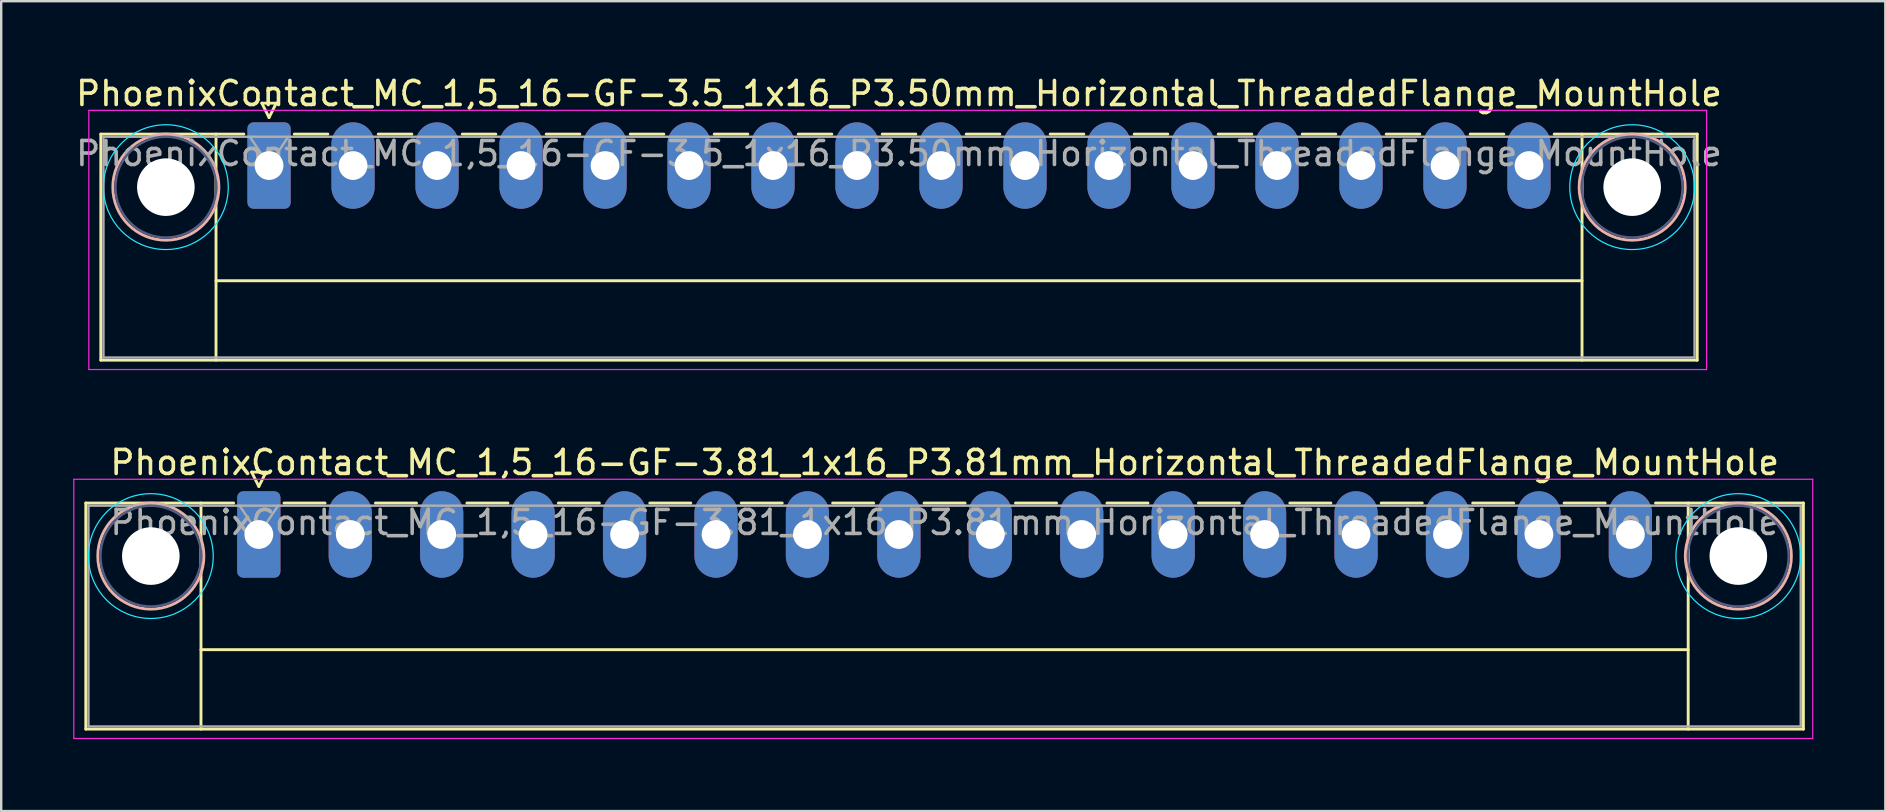
<source format=kicad_pcb>
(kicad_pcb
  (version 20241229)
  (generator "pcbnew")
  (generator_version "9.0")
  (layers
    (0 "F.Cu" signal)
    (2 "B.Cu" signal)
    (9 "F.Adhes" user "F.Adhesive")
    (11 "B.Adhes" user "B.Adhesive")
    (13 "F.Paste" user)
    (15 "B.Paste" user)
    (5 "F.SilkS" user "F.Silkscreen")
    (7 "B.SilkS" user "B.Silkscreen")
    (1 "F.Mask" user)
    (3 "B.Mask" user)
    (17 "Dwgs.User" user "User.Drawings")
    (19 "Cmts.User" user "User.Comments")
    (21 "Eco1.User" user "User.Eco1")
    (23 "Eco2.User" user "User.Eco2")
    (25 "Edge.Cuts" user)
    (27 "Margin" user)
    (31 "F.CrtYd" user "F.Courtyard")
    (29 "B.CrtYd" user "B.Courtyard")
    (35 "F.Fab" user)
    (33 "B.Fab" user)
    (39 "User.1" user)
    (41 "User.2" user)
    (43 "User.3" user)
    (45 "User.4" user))
  (footprint "PhoenixContact_MC_1,5_16-GF-3.5_1x16_P3.50mm_Horizontal_ThreadedFlange_MountHole"
    (layer "F.Cu")
    (at 8.161 3.848)
    (property "Reference" "PhoenixContact_MC_1,5_16-GF-3.5_1x16_P3.50mm_Horizontal_ThreadedFlange_MountHole" (at 26.25 -3 0) (layer "F.SilkS") (effects (font (size 1 1) (thickness 0.15))))
    (attr through_hole)
    (fp_line (start -7.01 -1.31) (end -7.01 8.11) (stroke (width 0.12) (type solid)) (layer "F.SilkS"))
    (fp_line (start -7.01 -1.31) (end -1.05 -1.31) (stroke (width 0.12) (type solid)) (layer "F.SilkS"))
    (fp_line (start -7.01 8.11) (end 59.51 8.11) (stroke (width 0.12) (type solid)) (layer "F.SilkS"))
    (fp_line (start -2.21 -1.31) (end -2.21 8.11) (stroke (width 0.12) (type solid)) (layer "F.SilkS"))
    (fp_line (start -2.21 4.8) (end 54.71 4.8) (stroke (width 0.12) (type solid)) (layer "F.SilkS"))
    (fp_line (start -0.3 -2.6) (end 0.3 -2.6) (stroke (width 0.12) (type solid)) (layer "F.SilkS"))
    (fp_line (start 0 -2) (end -0.3 -2.6) (stroke (width 0.12) (type solid)) (layer "F.SilkS"))
    (fp_line (start 0.3 -2.6) (end 0 -2) (stroke (width 0.12) (type solid)) (layer "F.SilkS"))
    (fp_line (start 1.05 -1.31) (end 2.45 -1.31) (stroke (width 0.12) (type solid)) (layer "F.SilkS"))
    (fp_line (start 4.55 -1.31) (end 5.95 -1.31) (stroke (width 0.12) (type solid)) (layer "F.SilkS"))
    (fp_line (start 8.05 -1.31) (end 9.45 -1.31) (stroke (width 0.12) (type solid)) (layer "F.SilkS"))
    (fp_line (start 11.55 -1.31) (end 12.95 -1.31) (stroke (width 0.12) (type solid)) (layer "F.SilkS"))
    (fp_line (start 15.05 -1.31) (end 16.45 -1.31) (stroke (width 0.12) (type solid)) (layer "F.SilkS"))
    (fp_line (start 18.55 -1.31) (end 19.95 -1.31) (stroke (width 0.12) (type solid)) (layer "F.SilkS"))
    (fp_line (start 22.05 -1.31) (end 23.45 -1.31) (stroke (width 0.12) (type solid)) (layer "F.SilkS"))
    (fp_line (start 25.55 -1.31) (end 26.95 -1.31) (stroke (width 0.12) (type solid)) (layer "F.SilkS"))
    (fp_line (start 29.05 -1.31) (end 30.45 -1.31) (stroke (width 0.12) (type solid)) (layer "F.SilkS"))
    (fp_line (start 32.55 -1.31) (end 33.95 -1.31) (stroke (width 0.12) (type solid)) (layer "F.SilkS"))
    (fp_line (start 36.05 -1.31) (end 37.45 -1.31) (stroke (width 0.12) (type solid)) (layer "F.SilkS"))
    (fp_line (start 39.55 -1.31) (end 40.95 -1.31) (stroke (width 0.12) (type solid)) (layer "F.SilkS"))
    (fp_line (start 43.05 -1.31) (end 44.45 -1.31) (stroke (width 0.12) (type solid)) (layer "F.SilkS"))
    (fp_line (start 46.55 -1.31) (end 47.95 -1.31) (stroke (width 0.12) (type solid)) (layer "F.SilkS"))
    (fp_line (start 50.05 -1.31) (end 51.45 -1.31) (stroke (width 0.12) (type solid)) (layer "F.SilkS"))
    (fp_line (start 54.71 -1.31) (end 54.71 8.11) (stroke (width 0.12) (type solid)) (layer "F.SilkS"))
    (fp_line (start 59.51 -1.31) (end 53.55 -1.31) (stroke (width 0.12) (type solid)) (layer "F.SilkS"))
    (fp_line (start 59.51 8.11) (end 59.51 -1.31) (stroke (width 0.12) (type solid)) (layer "F.SilkS"))
    (fp_circle (center -4.3 0.9) (end -2.09 0.9) (stroke (width 0.12) (type solid)) (fill no) (layer "B.SilkS"))
    (fp_circle (center 56.8 0.9) (end 59.01 0.9) (stroke (width 0.12) (type solid)) (fill no) (layer "B.SilkS"))
    (fp_circle (center -4.3 0.9) (end -1.7 0.9) (stroke (width 0.05) (type solid)) (fill no) (layer "B.CrtYd"))
    (fp_circle (center 56.8 0.9) (end 59.4 0.9) (stroke (width 0.05) (type solid)) (fill no) (layer "B.CrtYd"))
    (fp_line (start -7.51 -2.3) (end -7.51 8.5) (stroke (width 0.05) (type solid)) (layer "F.CrtYd"))
    (fp_line (start -7.51 8.5) (end 59.9 8.5) (stroke (width 0.05) (type solid)) (layer "F.CrtYd"))
    (fp_line (start 59.9 -2.3) (end -7.51 -2.3) (stroke (width 0.05) (type solid)) (layer "F.CrtYd"))
    (fp_line (start 59.9 8.5) (end 59.9 -2.3) (stroke (width 0.05) (type solid)) (layer "F.CrtYd"))
    (fp_circle (center -4.3 0.9) (end -2.2 0.9) (stroke (width 0.1) (type solid)) (fill no) (layer "B.Fab"))
    (fp_circle (center 56.8 0.9) (end 58.9 0.9) (stroke (width 0.1) (type solid)) (fill no) (layer "B.Fab"))
    (fp_line (start -6.9 -1.2) (end -6.9 8) (stroke (width 0.1) (type solid)) (layer "F.Fab"))
    (fp_line (start -6.9 8) (end 59.4 8) (stroke (width 0.1) (type solid)) (layer "F.Fab"))
    (fp_line (start 0 0) (end -0.8 -1.2) (stroke (width 0.1) (type solid)) (layer "F.Fab"))
    (fp_line (start 0.8 -1.2) (end 0 0) (stroke (width 0.1) (type solid)) (layer "F.Fab"))
    (fp_line (start 59.4 -1.2) (end -6.9 -1.2) (stroke (width 0.1) (type solid)) (layer "F.Fab"))
    (fp_line (start 59.4 8) (end 59.4 -1.2) (stroke (width 0.1) (type solid)) (layer "F.Fab"))
    (fp_text user "${REFERENCE}" (at 26.25 -0.5 0) (layer "F.Fab") (effects (font (size 1 1) (thickness 0.15))))
    (pad "" np_thru_hole circle (at -4.3 0.9) (size 2.4 2.4) (drill 2.4) (layers "*.Cu" "*.Mask"))
    (pad "" np_thru_hole circle (at 56.8 0.9) (size 2.4 2.4) (drill 2.4) (layers "*.Cu" "*.Mask"))
    (pad "1" thru_hole roundrect (at 0 0) (size 1.8 3.6) (drill 1.2) (layers "*.Cu" "*.Mask") (roundrect_rratio 0.139))
    (pad "2" thru_hole oval (at 3.5 0) (size 1.8 3.6) (drill 1.2) (layers "*.Cu" "*.Mask"))
    (pad "3" thru_hole oval (at 7 0) (size 1.8 3.6) (drill 1.2) (layers "*.Cu" "*.Mask"))
    (pad "4" thru_hole oval (at 10.5 0) (size 1.8 3.6) (drill 1.2) (layers "*.Cu" "*.Mask"))
    (pad "5" thru_hole oval (at 14 0) (size 1.8 3.6) (drill 1.2) (layers "*.Cu" "*.Mask"))
    (pad "6" thru_hole oval (at 17.5 0) (size 1.8 3.6) (drill 1.2) (layers "*.Cu" "*.Mask"))
    (pad "7" thru_hole oval (at 21 0) (size 1.8 3.6) (drill 1.2) (layers "*.Cu" "*.Mask"))
    (pad "8" thru_hole oval (at 24.5 0) (size 1.8 3.6) (drill 1.2) (layers "*.Cu" "*.Mask"))
    (pad "9" thru_hole oval (at 28 0) (size 1.8 3.6) (drill 1.2) (layers "*.Cu" "*.Mask"))
    (pad "10" thru_hole oval (at 31.5 0) (size 1.8 3.6) (drill 1.2) (layers "*.Cu" "*.Mask"))
    (pad "11" thru_hole oval (at 35 0) (size 1.8 3.6) (drill 1.2) (layers "*.Cu" "*.Mask"))
    (pad "12" thru_hole oval (at 38.5 0) (size 1.8 3.6) (drill 1.2) (layers "*.Cu" "*.Mask"))
    (pad "13" thru_hole oval (at 42 0) (size 1.8 3.6) (drill 1.2) (layers "*.Cu" "*.Mask"))
    (pad "14" thru_hole oval (at 45.5 0) (size 1.8 3.6) (drill 1.2) (layers "*.Cu" "*.Mask"))
    (pad "15" thru_hole oval (at 49 0) (size 1.8 3.6) (drill 1.2) (layers "*.Cu" "*.Mask"))
    (pad "16" thru_hole oval (at 52.5 0) (size 1.8 3.6) (drill 1.2) (layers "*.Cu" "*.Mask")))
  (footprint "PhoenixContact_MC_1,5_16-GF-3.81_1x16_P3.81mm_Horizontal_ThreadedFlange_MountHole"
    (layer "F.Cu")
    (at 7.735 19.221)
    (property "Reference" "PhoenixContact_MC_1,5_16-GF-3.81_1x16_P3.81mm_Horizontal_ThreadedFlange_MountHole" (at 28.58 -3 0) (layer "F.SilkS") (effects (font (size 1 1) (thickness 0.15))))
    (attr through_hole)
    (fp_line (start -7.21 -1.31) (end -7.21 8.11) (stroke (width 0.12) (type solid)) (layer "F.SilkS"))
    (fp_line (start -7.21 -1.31) (end -1.05 -1.31) (stroke (width 0.12) (type solid)) (layer "F.SilkS"))
    (fp_line (start -7.21 8.11) (end 64.36 8.11) (stroke (width 0.12) (type solid)) (layer "F.SilkS"))
    (fp_line (start -2.41 -1.31) (end -2.41 8.11) (stroke (width 0.12) (type solid)) (layer "F.SilkS"))
    (fp_line (start -2.41 4.8) (end 59.56 4.8) (stroke (width 0.12) (type solid)) (layer "F.SilkS"))
    (fp_line (start -0.3 -2.6) (end 0.3 -2.6) (stroke (width 0.12) (type solid)) (layer "F.SilkS"))
    (fp_line (start 0 -2) (end -0.3 -2.6) (stroke (width 0.12) (type solid)) (layer "F.SilkS"))
    (fp_line (start 0.3 -2.6) (end 0 -2) (stroke (width 0.12) (type solid)) (layer "F.SilkS"))
    (fp_line (start 1.05 -1.31) (end 2.76 -1.31) (stroke (width 0.12) (type solid)) (layer "F.SilkS"))
    (fp_line (start 4.86 -1.31) (end 6.57 -1.31) (stroke (width 0.12) (type solid)) (layer "F.SilkS"))
    (fp_line (start 8.67 -1.31) (end 10.38 -1.31) (stroke (width 0.12) (type solid)) (layer "F.SilkS"))
    (fp_line (start 12.48 -1.31) (end 14.19 -1.31) (stroke (width 0.12) (type solid)) (layer "F.SilkS"))
    (fp_line (start 16.29 -1.31) (end 18 -1.31) (stroke (width 0.12) (type solid)) (layer "F.SilkS"))
    (fp_line (start 20.1 -1.31) (end 21.81 -1.31) (stroke (width 0.12) (type solid)) (layer "F.SilkS"))
    (fp_line (start 23.91 -1.31) (end 25.62 -1.31) (stroke (width 0.12) (type solid)) (layer "F.SilkS"))
    (fp_line (start 27.72 -1.31) (end 29.43 -1.31) (stroke (width 0.12) (type solid)) (layer "F.SilkS"))
    (fp_line (start 31.53 -1.31) (end 33.24 -1.31) (stroke (width 0.12) (type solid)) (layer "F.SilkS"))
    (fp_line (start 35.34 -1.31) (end 37.05 -1.31) (stroke (width 0.12) (type solid)) (layer "F.SilkS"))
    (fp_line (start 39.15 -1.31) (end 40.86 -1.31) (stroke (width 0.12) (type solid)) (layer "F.SilkS"))
    (fp_line (start 42.96 -1.31) (end 44.67 -1.31) (stroke (width 0.12) (type solid)) (layer "F.SilkS"))
    (fp_line (start 46.77 -1.31) (end 48.48 -1.31) (stroke (width 0.12) (type solid)) (layer "F.SilkS"))
    (fp_line (start 50.58 -1.31) (end 52.29 -1.31) (stroke (width 0.12) (type solid)) (layer "F.SilkS"))
    (fp_line (start 54.39 -1.31) (end 56.1 -1.31) (stroke (width 0.12) (type solid)) (layer "F.SilkS"))
    (fp_line (start 59.56 -1.31) (end 59.56 8.11) (stroke (width 0.12) (type solid)) (layer "F.SilkS"))
    (fp_line (start 64.36 -1.31) (end 58.2 -1.31) (stroke (width 0.12) (type solid)) (layer "F.SilkS"))
    (fp_line (start 64.36 8.11) (end 64.36 -1.31) (stroke (width 0.12) (type solid)) (layer "F.SilkS"))
    (fp_circle (center -4.5 0.9) (end -2.29 0.9) (stroke (width 0.12) (type solid)) (fill no) (layer "B.SilkS"))
    (fp_circle (center 61.65 0.9) (end 63.86 0.9) (stroke (width 0.12) (type solid)) (fill no) (layer "B.SilkS"))
    (fp_circle (center -4.5 0.9) (end -1.9 0.9) (stroke (width 0.05) (type solid)) (fill no) (layer "B.CrtYd"))
    (fp_circle (center 61.65 0.9) (end 64.25 0.9) (stroke (width 0.05) (type solid)) (fill no) (layer "B.CrtYd"))
    (fp_line (start -7.71 -2.3) (end -7.71 8.5) (stroke (width 0.05) (type solid)) (layer "F.CrtYd"))
    (fp_line (start -7.71 8.5) (end 64.75 8.5) (stroke (width 0.05) (type solid)) (layer "F.CrtYd"))
    (fp_line (start 64.75 -2.3) (end -7.71 -2.3) (stroke (width 0.05) (type solid)) (layer "F.CrtYd"))
    (fp_line (start 64.75 8.5) (end 64.75 -2.3) (stroke (width 0.05) (type solid)) (layer "F.CrtYd"))
    (fp_circle (center -4.5 0.9) (end -2.4 0.9) (stroke (width 0.1) (type solid)) (fill no) (layer "B.Fab"))
    (fp_circle (center 61.65 0.9) (end 63.75 0.9) (stroke (width 0.1) (type solid)) (fill no) (layer "B.Fab"))
    (fp_line (start -7.1 -1.2) (end -7.1 8) (stroke (width 0.1) (type solid)) (layer "F.Fab"))
    (fp_line (start -7.1 8) (end 64.25 8) (stroke (width 0.1) (type solid)) (layer "F.Fab"))
    (fp_line (start 0 0) (end -0.8 -1.2) (stroke (width 0.1) (type solid)) (layer "F.Fab"))
    (fp_line (start 0.8 -1.2) (end 0 0) (stroke (width 0.1) (type solid)) (layer "F.Fab"))
    (fp_line (start 64.25 -1.2) (end -7.1 -1.2) (stroke (width 0.1) (type solid)) (layer "F.Fab"))
    (fp_line (start 64.25 8) (end 64.25 -1.2) (stroke (width 0.1) (type solid)) (layer "F.Fab"))
    (fp_text user "${REFERENCE}" (at 28.58 -0.5 0) (layer "F.Fab") (effects (font (size 1 1) (thickness 0.15))))
    (pad "" np_thru_hole circle (at -4.5 0.9) (size 2.4 2.4) (drill 2.4) (layers "*.Cu" "*.Mask"))
    (pad "" np_thru_hole circle (at 61.65 0.9) (size 2.4 2.4) (drill 2.4) (layers "*.Cu" "*.Mask"))
    (pad "1" thru_hole roundrect (at 0 0) (size 1.8 3.6) (drill 1.2) (layers "*.Cu" "*.Mask") (roundrect_rratio 0.139))
    (pad "2" thru_hole oval (at 3.81 0) (size 1.8 3.6) (drill 1.2) (layers "*.Cu" "*.Mask"))
    (pad "3" thru_hole oval (at 7.62 0) (size 1.8 3.6) (drill 1.2) (layers "*.Cu" "*.Mask"))
    (pad "4" thru_hole oval (at 11.43 0) (size 1.8 3.6) (drill 1.2) (layers "*.Cu" "*.Mask"))
    (pad "5" thru_hole oval (at 15.24 0) (size 1.8 3.6) (drill 1.2) (layers "*.Cu" "*.Mask"))
    (pad "6" thru_hole oval (at 19.05 0) (size 1.8 3.6) (drill 1.2) (layers "*.Cu" "*.Mask"))
    (pad "7" thru_hole oval (at 22.86 0) (size 1.8 3.6) (drill 1.2) (layers "*.Cu" "*.Mask"))
    (pad "8" thru_hole oval (at 26.67 0) (size 1.8 3.6) (drill 1.2) (layers "*.Cu" "*.Mask"))
    (pad "9" thru_hole oval (at 30.48 0) (size 1.8 3.6) (drill 1.2) (layers "*.Cu" "*.Mask"))
    (pad "10" thru_hole oval (at 34.29 0) (size 1.8 3.6) (drill 1.2) (layers "*.Cu" "*.Mask"))
    (pad "11" thru_hole oval (at 38.1 0) (size 1.8 3.6) (drill 1.2) (layers "*.Cu" "*.Mask"))
    (pad "12" thru_hole oval (at 41.91 0) (size 1.8 3.6) (drill 1.2) (layers "*.Cu" "*.Mask"))
    (pad "13" thru_hole oval (at 45.72 0) (size 1.8 3.6) (drill 1.2) (layers "*.Cu" "*.Mask"))
    (pad "14" thru_hole oval (at 49.53 0) (size 1.8 3.6) (drill 1.2) (layers "*.Cu" "*.Mask"))
    (pad "15" thru_hole oval (at 53.34 0) (size 1.8 3.6) (drill 1.2) (layers "*.Cu" "*.Mask"))
    (pad "16" thru_hole oval (at 57.15 0) (size 1.8 3.6) (drill 1.2) (layers "*.Cu" "*.Mask")))
  (gr_rect
    (start -3 -3)
    (end 75.51 30.747)
    (stroke (width 0.1) (type default))
    (fill no)
    (layer "Edge.Cuts")))
</source>
